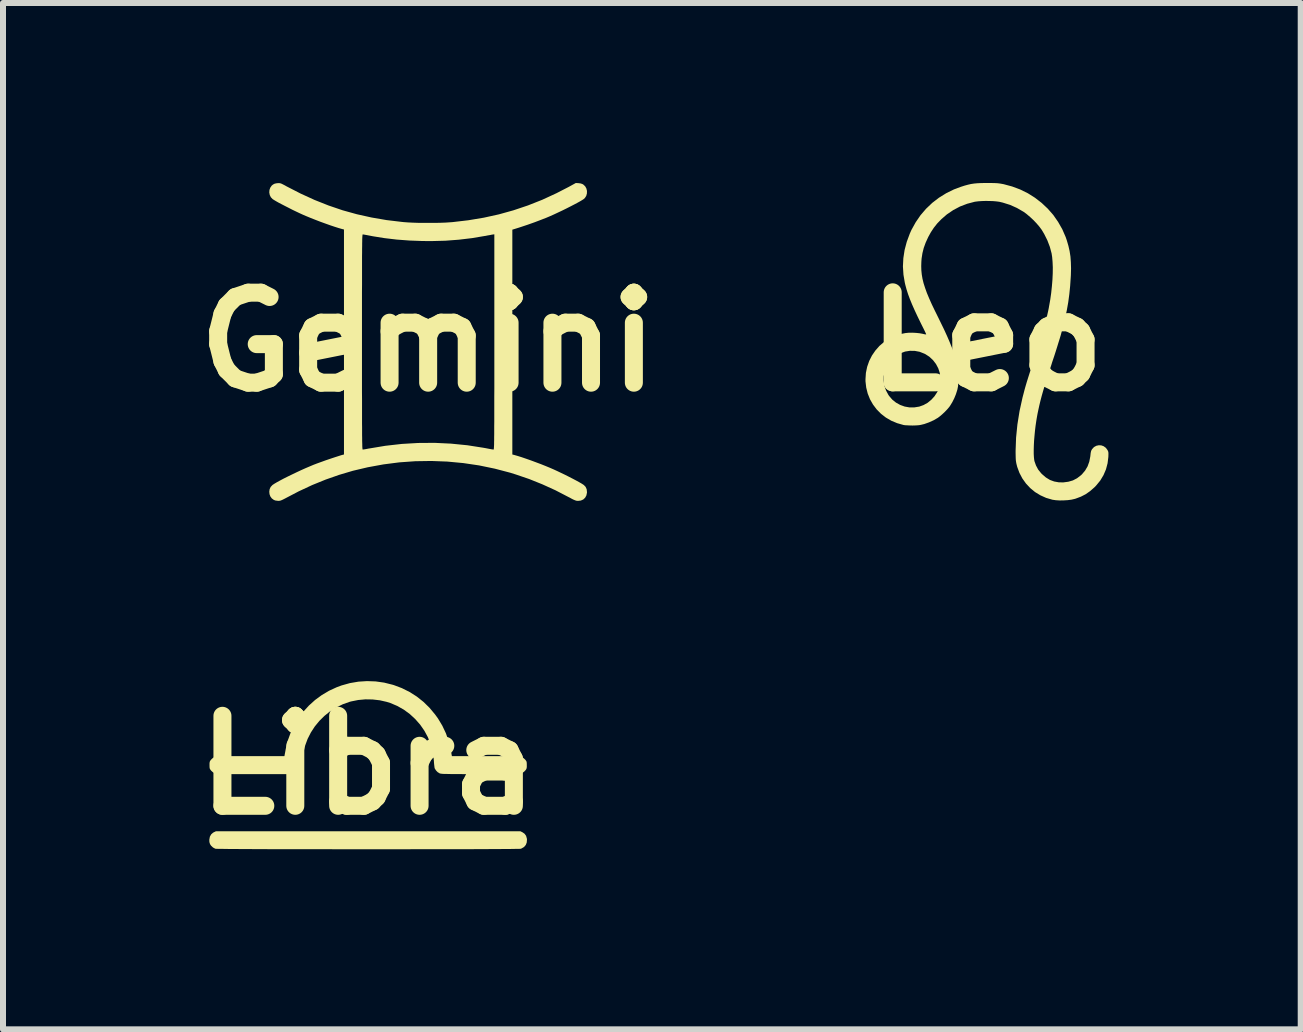
<source format=kicad_pcb>
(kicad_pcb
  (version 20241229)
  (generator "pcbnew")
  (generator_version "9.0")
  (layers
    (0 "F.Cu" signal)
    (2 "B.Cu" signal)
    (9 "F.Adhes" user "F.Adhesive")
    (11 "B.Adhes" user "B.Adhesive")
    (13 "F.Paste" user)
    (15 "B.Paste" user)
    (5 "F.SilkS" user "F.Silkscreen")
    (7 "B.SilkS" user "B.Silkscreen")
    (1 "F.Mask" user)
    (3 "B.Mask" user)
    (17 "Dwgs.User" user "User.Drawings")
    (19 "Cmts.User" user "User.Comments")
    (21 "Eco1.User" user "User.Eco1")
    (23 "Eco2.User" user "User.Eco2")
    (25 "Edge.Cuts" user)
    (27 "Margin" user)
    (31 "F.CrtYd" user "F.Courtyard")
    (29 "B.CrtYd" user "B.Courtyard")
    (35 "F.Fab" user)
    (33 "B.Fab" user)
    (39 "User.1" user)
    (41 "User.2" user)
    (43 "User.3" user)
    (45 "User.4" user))
  (footprint "Libra"
    (layer "F.Cu")
    (at 3.086 9.702)
    (property "Reference" "Libra" (at 0 0 0) (layer "F.SilkS") (effects (font (size 1.5 1.5) (thickness 0.3))))
    (attr board_only exclude_from_pos_files exclude_from_bom)
    (fp_poly (pts (xy 2.571 1.119) (xy 2.607 1.144) (xy 2.632 1.178) (xy 2.645 1.223) (xy 2.647 1.241) (xy 2.643 1.29) (xy 2.627 1.331) (xy 2.598 1.365) (xy 2.557 1.389) (xy 2.544 1.394) (xy 2.534 1.395) (xy 2.51 1.396) (xy 2.472 1.396) (xy 2.422 1.397) (xy 2.359 1.398) (xy 2.284 1.398) (xy 2.198 1.399) (xy 2.102 1.399) (xy 1.997 1.4) (xy 1.882 1.4) (xy 1.76 1.401) (xy 1.629 1.401) (xy 1.492 1.401) (xy 1.348 1.402) (xy 1.199 1.402) (xy 1.045 1.402) (xy 0.887 1.402) (xy 0.725 1.402) (xy 0.56 1.403) (xy 0.393 1.403) (xy 0.224 1.403) (xy 0.055 1.403) (xy -0.115 1.403) (xy -0.284 1.403) (xy -0.453 1.403) (xy -0.619 1.402) (xy -0.783 1.402) (xy -0.944 1.402) (xy -1.101 1.402) (xy -1.253 1.402) (xy -1.401 1.401) (xy -1.542 1.401) (xy -1.677 1.401) (xy -1.805 1.4) (xy -1.925 1.4) (xy -2.037 1.399) (xy -2.139 1.399) (xy -2.231 1.398) (xy -2.313 1.398) (xy -2.384 1.397) (xy -2.443 1.396) (xy -2.49 1.396) (xy -2.523 1.395) (xy -2.542 1.394) (xy -2.547 1.394) (xy -2.586 1.373) (xy -2.619 1.342) (xy -2.634 1.319) (xy -2.643 1.295) (xy -2.647 1.27) (xy -2.647 1.241) (xy -2.638 1.193) (xy -2.617 1.155) (xy -2.585 1.126) (xy -2.571 1.119) (xy -2.538 1.103) (xy 0 1.103) (xy 2.538 1.103)) (stroke (width 0) (type solid)) (fill yes) (layer "F.SilkS"))
    (fp_poly (pts (xy 0.124 -1.395) (xy 0.266 -1.375) (xy 0.406 -1.34) (xy 0.427 -1.334) (xy 0.562 -1.283) (xy 0.69 -1.219) (xy 0.81 -1.143) (xy 0.922 -1.054) (xy 1.024 -0.954) (xy 1.117 -0.842) (xy 1.164 -0.777) (xy 1.236 -0.657) (xy 1.296 -0.53) (xy 1.342 -0.4) (xy 1.373 -0.27) (xy 1.38 -0.234) (xy 1.386 -0.203) (xy 1.39 -0.179) (xy 1.392 -0.167) (xy 1.396 -0.15) (xy 1.964 -0.15) (xy 2.532 -0.15) (xy 2.565 -0.133) (xy 2.591 -0.116) (xy 2.615 -0.094) (xy 2.621 -0.087) (xy 2.633 -0.071) (xy 2.64 -0.057) (xy 2.643 -0.039) (xy 2.644 -0.012) (xy 2.644 0) (xy 2.644 0.031) (xy 2.641 0.051) (xy 2.636 0.066) (xy 2.626 0.081) (xy 2.621 0.087) (xy 2.6 0.109) (xy 2.573 0.129) (xy 2.565 0.133) (xy 2.532 0.15) (xy 1.876 0.15) (xy 1.761 0.15) (xy 1.66 0.15) (xy 1.573 0.15) (xy 1.498 0.149) (xy 1.433 0.149) (xy 1.379 0.149) (xy 1.334 0.148) (xy 1.298 0.147) (xy 1.268 0.147) (xy 1.245 0.146) (xy 1.227 0.144) (xy 1.214 0.143) (xy 1.204 0.141) (xy 1.196 0.139) (xy 1.19 0.137) (xy 1.189 0.136) (xy 1.158 0.117) (xy 1.131 0.089) (xy 1.112 0.059) (xy 1.109 0.054) (xy 1.106 0.04) (xy 1.103 0.015) (xy 1.099 -0.019) (xy 1.096 -0.057) (xy 1.096 -0.063) (xy 1.088 -0.144) (xy 1.077 -0.216) (xy 1.061 -0.283) (xy 1.042 -0.347) (xy 0.996 -0.464) (xy 0.937 -0.573) (xy 0.866 -0.675) (xy 0.784 -0.768) (xy 0.693 -0.852) (xy 0.593 -0.925) (xy 0.485 -0.986) (xy 0.37 -1.035) (xy 0.309 -1.054) (xy 0.195 -1.08) (xy 0.075 -1.094) (xy -0.046 -1.096) (xy -0.166 -1.085) (xy -0.281 -1.062) (xy -0.308 -1.055) (xy -0.423 -1.014) (xy -0.532 -0.96) (xy -0.635 -0.896) (xy -0.729 -0.82) (xy -0.814 -0.736) (xy -0.89 -0.643) (xy -0.955 -0.543) (xy -1.009 -0.437) (xy -1.05 -0.326) (xy -1.078 -0.211) (xy -1.087 -0.143) (xy -1.092 -0.101) (xy -1.096 -0.055) (xy -1.101 -0.013) (xy -1.101 -0.005) (xy -1.106 0.029) (xy -1.111 0.053) (xy -1.118 0.07) (xy -1.129 0.087) (xy -1.13 0.089) (xy -1.151 0.11) (xy -1.177 0.129) (xy -1.185 0.133) (xy -1.218 0.15) (xy -1.875 0.15) (xy -2.532 0.15) (xy -2.565 0.133) (xy -2.591 0.116) (xy -2.615 0.094) (xy -2.621 0.087) (xy -2.633 0.071) (xy -2.64 0.057) (xy -2.643 0.039) (xy -2.644 0.012) (xy -2.644 0) (xy -2.644 -0.031) (xy -2.641 -0.051) (xy -2.636 -0.066) (xy -2.626 -0.081) (xy -2.621 -0.087) (xy -2.6 -0.109) (xy -2.573 -0.129) (xy -2.565 -0.133) (xy -2.532 -0.15) (xy -1.964 -0.15) (xy -1.396 -0.15) (xy -1.392 -0.167) (xy -1.39 -0.181) (xy -1.385 -0.206) (xy -1.379 -0.238) (xy -1.374 -0.268) (xy -1.341 -0.404) (xy -1.294 -0.535) (xy -1.235 -0.66) (xy -1.164 -0.779) (xy -1.081 -0.89) (xy -0.988 -0.992) (xy -0.885 -1.085) (xy -0.772 -1.168) (xy -0.652 -1.239) (xy -0.524 -1.298) (xy -0.443 -1.328) (xy -0.303 -1.367) (xy -0.161 -1.391) (xy -0.019 -1.4)) (stroke (width 0) (type solid)) (fill yes) (layer "F.SilkS")))
  (footprint "Leo"
    (layer "F.Cu")
    (at 13.4 2.644)
    (property "Reference" "Leo" (at 0 0 0) (layer "F.SilkS") (effects (font (size 1.5 1.5) (thickness 0.3))))
    (attr board_only exclude_from_pos_files exclude_from_bom)
    (fp_poly (pts (xy 0.062 -2.644) (xy 0.108 -2.643) (xy 0.145 -2.642) (xy 0.176 -2.64) (xy 0.203 -2.637) (xy 0.229 -2.633) (xy 0.258 -2.628) (xy 0.278 -2.624) (xy 0.419 -2.586) (xy 0.553 -2.536) (xy 0.681 -2.473) (xy 0.8 -2.398) (xy 0.911 -2.312) (xy 1.013 -2.216) (xy 1.105 -2.111) (xy 1.185 -1.996) (xy 1.255 -1.873) (xy 1.312 -1.742) (xy 1.331 -1.686) (xy 1.357 -1.597) (xy 1.377 -1.509) (xy 1.391 -1.419) (xy 1.398 -1.324) (xy 1.401 -1.221) (xy 1.398 -1.108) (xy 1.396 -1.074) (xy 1.386 -0.927) (xy 1.372 -0.789) (xy 1.354 -0.655) (xy 1.33 -0.52) (xy 1.299 -0.379) (xy 1.283 -0.311) (xy 1.27 -0.259) (xy 1.257 -0.209) (xy 1.243 -0.158) (xy 1.229 -0.106) (xy 1.212 -0.05) (xy 1.193 0.011) (xy 1.172 0.079) (xy 1.148 0.156) (xy 1.12 0.243) (xy 1.087 0.341) (xy 1.073 0.386) (xy 1.032 0.512) (xy 0.996 0.625) (xy 0.964 0.727) (xy 0.936 0.82) (xy 0.912 0.905) (xy 0.891 0.985) (xy 0.873 1.06) (xy 0.857 1.133) (xy 0.842 1.204) (xy 0.829 1.277) (xy 0.822 1.32) (xy 0.81 1.401) (xy 0.8 1.484) (xy 0.792 1.568) (xy 0.785 1.65) (xy 0.781 1.729) (xy 0.779 1.803) (xy 0.779 1.869) (xy 0.782 1.925) (xy 0.787 1.97) (xy 0.791 1.992) (xy 0.817 2.065) (xy 0.853 2.132) (xy 0.903 2.194) (xy 0.918 2.209) (xy 0.982 2.264) (xy 1.049 2.305) (xy 1.12 2.331) (xy 1.198 2.345) (xy 1.272 2.346) (xy 1.356 2.335) (xy 1.432 2.313) (xy 1.501 2.277) (xy 1.566 2.227) (xy 1.583 2.211) (xy 1.636 2.148) (xy 1.677 2.078) (xy 1.705 2) (xy 1.722 1.913) (xy 1.724 1.895) (xy 1.728 1.858) (xy 1.733 1.833) (xy 1.739 1.814) (xy 1.749 1.797) (xy 1.752 1.791) (xy 1.784 1.757) (xy 1.822 1.736) (xy 1.863 1.727) (xy 1.905 1.729) (xy 1.944 1.743) (xy 1.98 1.769) (xy 2.008 1.806) (xy 2.009 1.808) (xy 2.017 1.824) (xy 2.022 1.839) (xy 2.024 1.857) (xy 2.024 1.88) (xy 2.023 1.915) (xy 2.023 1.92) (xy 2.01 2.027) (xy 1.983 2.129) (xy 1.942 2.225) (xy 1.888 2.315) (xy 1.82 2.398) (xy 1.792 2.427) (xy 1.719 2.491) (xy 1.645 2.543) (xy 1.565 2.584) (xy 1.477 2.617) (xy 1.459 2.622) (xy 1.407 2.634) (xy 1.345 2.642) (xy 1.278 2.646) (xy 1.21 2.647) (xy 1.146 2.643) (xy 1.091 2.635) (xy 1.088 2.634) (xy 0.985 2.604) (xy 0.89 2.561) (xy 0.801 2.507) (xy 0.721 2.441) (xy 0.65 2.365) (xy 0.59 2.281) (xy 0.541 2.188) (xy 0.504 2.088) (xy 0.49 2.033) (xy 0.485 2.006) (xy 0.481 1.978) (xy 0.479 1.945) (xy 0.478 1.905) (xy 0.477 1.854) (xy 0.477 1.815) (xy 0.485 1.599) (xy 0.507 1.38) (xy 0.543 1.156) (xy 0.593 0.929) (xy 0.607 0.876) (xy 0.618 0.834) (xy 0.628 0.795) (xy 0.639 0.756) (xy 0.651 0.715) (xy 0.664 0.671) (xy 0.679 0.623) (xy 0.696 0.569) (xy 0.716 0.506) (xy 0.739 0.435) (xy 0.766 0.352) (xy 0.796 0.261) (xy 0.833 0.146) (xy 0.866 0.044) (xy 0.894 -0.046) (xy 0.919 -0.128) (xy 0.941 -0.201) (xy 0.96 -0.268) (xy 0.977 -0.33) (xy 0.992 -0.389) (xy 1.005 -0.446) (xy 1.018 -0.503) (xy 1.03 -0.561) (xy 1.034 -0.585) (xy 1.054 -0.697) (xy 1.07 -0.81) (xy 1.082 -0.923) (xy 1.091 -1.033) (xy 1.096 -1.139) (xy 1.097 -1.239) (xy 1.093 -1.33) (xy 1.086 -1.411) (xy 1.077 -1.47) (xy 1.048 -1.579) (xy 1.006 -1.689) (xy 0.953 -1.795) (xy 0.911 -1.865) (xy 0.874 -1.915) (xy 0.828 -1.969) (xy 0.776 -2.024) (xy 0.72 -2.076) (xy 0.665 -2.123) (xy 0.614 -2.161) (xy 0.611 -2.163) (xy 0.499 -2.228) (xy 0.385 -2.279) (xy 0.264 -2.317) (xy 0.205 -2.331) (xy 0.16 -2.337) (xy 0.105 -2.342) (xy 0.042 -2.344) (xy -0.023 -2.345) (xy -0.086 -2.343) (xy -0.144 -2.339) (xy -0.193 -2.333) (xy -0.205 -2.331) (xy -0.33 -2.298) (xy -0.45 -2.252) (xy -0.563 -2.192) (xy -0.668 -2.121) (xy -0.76 -2.041) (xy -0.829 -1.97) (xy -0.886 -1.898) (xy -0.936 -1.822) (xy -0.979 -1.744) (xy -1.022 -1.65) (xy -1.054 -1.562) (xy -1.076 -1.474) (xy -1.09 -1.384) (xy -1.094 -1.328) (xy -1.096 -1.257) (xy -1.094 -1.188) (xy -1.087 -1.119) (xy -1.075 -1.048) (xy -1.057 -0.974) (xy -1.032 -0.896) (xy -1.002 -0.812) (xy -0.964 -0.721) (xy -0.919 -0.62) (xy -0.866 -0.51) (xy -0.836 -0.45) (xy -0.773 -0.321) (xy -0.716 -0.204) (xy -0.667 -0.097) (xy -0.625 -0.000028) (xy -0.589 0.089) (xy -0.558 0.171) (xy -0.533 0.248) (xy -0.514 0.32) (xy -0.499 0.388) (xy -0.488 0.454) (xy -0.481 0.519) (xy -0.478 0.584) (xy -0.478 0.623) (xy -0.478 0.671) (xy -0.48 0.708) (xy -0.482 0.739) (xy -0.487 0.767) (xy -0.493 0.797) (xy -0.498 0.814) (xy -0.518 0.877) (xy -0.545 0.943) (xy -0.577 1.007) (xy -0.611 1.063) (xy -0.628 1.088) (xy -0.662 1.128) (xy -0.704 1.172) (xy -0.748 1.213) (xy -0.791 1.249) (xy -0.819 1.27) (xy -0.89 1.311) (xy -0.968 1.346) (xy -1.047 1.374) (xy -1.061 1.377) (xy -1.097 1.386) (xy -1.129 1.392) (xy -1.162 1.395) (xy -1.201 1.397) (xy -1.241 1.398) (xy -1.286 1.397) (xy -1.329 1.395) (xy -1.366 1.393) (xy -1.392 1.389) (xy -1.497 1.359) (xy -1.595 1.318) (xy -1.686 1.265) (xy -1.767 1.202) (xy -1.839 1.129) (xy -1.9 1.048) (xy -1.95 0.96) (xy -1.988 0.865) (xy -2.013 0.765) (xy -2.025 0.66) (xy -2.025 0.658) (xy -1.723 0.658) (xy -1.71 0.737) (xy -1.683 0.814) (xy -1.643 0.888) (xy -1.632 0.904) (xy -1.579 0.966) (xy -1.517 1.016) (xy -1.447 1.055) (xy -1.372 1.082) (xy -1.293 1.096) (xy -1.211 1.096) (xy -1.129 1.083) (xy -1.057 1.057) (xy -0.989 1.019) (xy -0.928 0.969) (xy -0.875 0.911) (xy -0.832 0.845) (xy -0.8 0.773) (xy -0.792 0.744) (xy -0.785 0.705) (xy -0.781 0.658) (xy -0.78 0.608) (xy -0.782 0.561) (xy -0.787 0.522) (xy -0.812 0.445) (xy -0.85 0.373) (xy -0.9 0.308) (xy -0.96 0.252) (xy -1.028 0.208) (xy -1.045 0.2) (xy -1.124 0.169) (xy -1.204 0.154) (xy -1.285 0.153) (xy -1.363 0.165) (xy -1.439 0.192) (xy -1.511 0.232) (xy -1.576 0.285) (xy -1.583 0.292) (xy -1.638 0.357) (xy -1.679 0.427) (xy -1.707 0.502) (xy -1.722 0.58) (xy -1.723 0.658) (xy -2.025 0.658) (xy -2.025 0.626) (xy -2.018 0.52) (xy -1.997 0.419) (xy -1.963 0.322) (xy -1.917 0.231) (xy -1.86 0.148) (xy -1.793 0.072) (xy -1.716 0.006) (xy -1.631 -0.05) (xy -1.538 -0.094) (xy -1.438 -0.127) (xy -1.358 -0.143) (xy -1.306 -0.148) (xy -1.247 -0.149) (xy -1.185 -0.146) (xy -1.126 -0.14) (xy -1.075 -0.131) (xy -1.067 -0.129) (xy -1.041 -0.123) (xy -1.022 -0.12) (xy -1.013 -0.121) (xy -1.013 -0.121) (xy -1.016 -0.13) (xy -1.025 -0.149) (xy -1.039 -0.179) (xy -1.057 -0.216) (xy -1.079 -0.26) (xy -1.102 -0.306) (xy -1.158 -0.421) (xy -1.207 -0.526) (xy -1.249 -0.621) (xy -1.285 -0.709) (xy -1.315 -0.79) (xy -1.34 -0.868) (xy -1.36 -0.942) (xy -1.369 -0.979) (xy -1.392 -1.115) (xy -1.401 -1.253) (xy -1.394 -1.391) (xy -1.373 -1.528) (xy -1.337 -1.664) (xy -1.287 -1.799) (xy -1.258 -1.864) (xy -1.188 -1.99) (xy -1.107 -2.108) (xy -1.015 -2.215) (xy -0.912 -2.313) (xy -0.8 -2.399) (xy -0.679 -2.474) (xy -0.551 -2.537) (xy -0.436 -2.58) (xy -0.374 -2.6) (xy -0.319 -2.615) (xy -0.267 -2.627) (xy -0.214 -2.635) (xy -0.159 -2.64) (xy -0.096 -2.643) (xy -0.023 -2.644) (xy 0.004 -2.644)) (stroke (width 0) (type solid)) (fill yes) (layer "F.SilkS")))
  (footprint "Gemini"
    (layer "F.Cu")
    (at 4.086 2.65)
    (property "Reference" "Gemini" (at 0 0 0) (layer "F.SilkS") (effects (font (size 1.5 1.5) (thickness 0.3))))
    (attr board_only exclude_from_pos_files exclude_from_bom)
    (fp_poly (pts (xy 2.509 -2.647) (xy 2.544 -2.642) (xy 2.572 -2.632) (xy 2.586 -2.624) (xy 2.617 -2.595) (xy 2.637 -2.559) (xy 2.647 -2.518) (xy 2.646 -2.476) (xy 2.635 -2.436) (xy 2.613 -2.401) (xy 2.594 -2.383) (xy 2.568 -2.366) (xy 2.531 -2.344) (xy 2.484 -2.318) (xy 2.429 -2.289) (xy 2.367 -2.257) (xy 2.302 -2.224) (xy 2.235 -2.191) (xy 2.167 -2.159) (xy 2.101 -2.128) (xy 2.039 -2.1) (xy 1.982 -2.076) (xy 1.978 -2.074) (xy 1.878 -2.035) (xy 1.77 -1.994) (xy 1.66 -1.955) (xy 1.552 -1.919) (xy 1.506 -1.904) (xy 1.403 -1.872) (xy 1.403 0.001) (xy 1.403 1.875) (xy 1.435 1.883) (xy 1.491 1.899) (xy 1.558 1.92) (xy 1.634 1.946) (xy 1.714 1.974) (xy 1.797 2.005) (xy 1.88 2.036) (xy 1.96 2.068) (xy 2.03 2.097) (xy 2.09 2.123) (xy 2.153 2.152) (xy 2.22 2.184) (xy 2.287 2.216) (xy 2.352 2.249) (xy 2.414 2.281) (xy 2.471 2.311) (xy 2.52 2.338) (xy 2.56 2.361) (xy 2.589 2.38) (xy 2.594 2.383) (xy 2.624 2.414) (xy 2.642 2.454) (xy 2.647 2.501) (xy 2.647 2.51) (xy 2.637 2.558) (xy 2.616 2.596) (xy 2.585 2.625) (xy 2.544 2.643) (xy 2.498 2.648) (xy 2.482 2.647) (xy 2.467 2.645) (xy 2.45 2.639) (xy 2.428 2.63) (xy 2.399 2.616) (xy 2.361 2.595) (xy 2.341 2.585) (xy 2.121 2.471) (xy 1.903 2.372) (xy 1.684 2.284) (xy 1.461 2.208) (xy 1.369 2.179) (xy 1.11 2.111) (xy 0.849 2.057) (xy 0.585 2.018) (xy 0.319 1.993) (xy 0.053 1.983) (xy -0.214 1.987) (xy -0.48 2.006) (xy -0.745 2.04) (xy -1.007 2.088) (xy -1.253 2.146) (xy -1.482 2.214) (xy -1.708 2.293) (xy -1.932 2.384) (xy -2.157 2.489) (xy -2.356 2.593) (xy -2.396 2.614) (xy -2.426 2.629) (xy -2.449 2.639) (xy -2.467 2.645) (xy -2.483 2.647) (xy -2.499 2.648) (xy -2.546 2.642) (xy -2.572 2.632) (xy -2.606 2.607) (xy -2.63 2.574) (xy -2.644 2.536) (xy -2.648 2.494) (xy -2.642 2.453) (xy -2.625 2.416) (xy -2.596 2.385) (xy -2.594 2.383) (xy -2.564 2.363) (xy -2.522 2.338) (xy -2.469 2.309) (xy -2.409 2.277) (xy -2.341 2.243) (xy -2.269 2.208) (xy -2.194 2.172) (xy -2.117 2.136) (xy -2.041 2.102) (xy -1.968 2.071) (xy -1.899 2.042) (xy -1.892 2.04) (xy -1.859 2.027) (xy -1.815 2.011) (xy -1.765 1.993) (xy -1.71 1.973) (xy -1.654 1.954) (xy -1.598 1.935) (xy -1.546 1.918) (xy -1.499 1.903) (xy -1.462 1.891) (xy -1.436 1.883) (xy -1.435 1.883) (xy -1.403 1.875) (xy -1.403 0) (xy -1.403 -0.007) (xy -1.103 -0.007) (xy -1.103 0) (xy -1.103 0.194) (xy -1.103 0.373) (xy -1.103 0.538) (xy -1.103 0.691) (xy -1.103 0.83) (xy -1.102 0.957) (xy -1.102 1.072) (xy -1.102 1.177) (xy -1.102 1.27) (xy -1.102 1.354) (xy -1.101 1.429) (xy -1.101 1.494) (xy -1.101 1.551) (xy -1.1 1.601) (xy -1.1 1.643) (xy -1.099 1.679) (xy -1.098 1.708) (xy -1.098 1.732) (xy -1.097 1.751) (xy -1.096 1.766) (xy -1.095 1.777) (xy -1.094 1.784) (xy -1.093 1.789) (xy -1.092 1.792) (xy -1.09 1.793) (xy -1.09 1.793) (xy -1.077 1.791) (xy -1.054 1.788) (xy -1.022 1.782) (xy -0.986 1.775) (xy -0.983 1.775) (xy -0.713 1.73) (xy -0.44 1.699) (xy -0.166 1.683) (xy 0.108 1.681) (xy 0.381 1.694) (xy 0.653 1.721) (xy 0.922 1.763) (xy 0.961 1.77) (xy 1.002 1.778) (xy 1.038 1.785) (xy 1.067 1.79) (xy 1.085 1.792) (xy 1.09 1.793) (xy 1.092 1.792) (xy 1.093 1.789) (xy 1.094 1.784) (xy 1.095 1.776) (xy 1.096 1.764) (xy 1.097 1.748) (xy 1.098 1.728) (xy 1.099 1.702) (xy 1.099 1.67) (xy 1.1 1.632) (xy 1.1 1.588) (xy 1.101 1.535) (xy 1.101 1.475) (xy 1.101 1.406) (xy 1.102 1.328) (xy 1.102 1.241) (xy 1.102 1.143) (xy 1.102 1.034) (xy 1.102 0.914) (xy 1.103 0.782) (xy 1.103 0.638) (xy 1.103 0.481) (xy 1.103 0.31) (xy 1.103 0.125) (xy 1.103 -0.001) (xy 1.103 -1.795) (xy 1.075 -1.791) (xy 1.057 -1.788) (xy 1.028 -1.782) (xy 0.992 -1.776) (xy 0.953 -1.768) (xy 0.949 -1.768) (xy 0.73 -1.731) (xy 0.511 -1.705) (xy 0.287 -1.688) (xy 0.056 -1.682) (xy -0.094 -1.683) (xy -0.311 -1.691) (xy -0.523 -1.707) (xy -0.726 -1.731) (xy -0.92 -1.762) (xy -0.982 -1.774) (xy -1.018 -1.781) (xy -1.051 -1.787) (xy -1.075 -1.791) (xy -1.088 -1.793) (xy -1.089 -1.793) (xy -1.09 -1.793) (xy -1.092 -1.791) (xy -1.093 -1.788) (xy -1.094 -1.783) (xy -1.095 -1.776) (xy -1.096 -1.765) (xy -1.097 -1.75) (xy -1.098 -1.731) (xy -1.099 -1.707) (xy -1.099 -1.678) (xy -1.1 -1.642) (xy -1.1 -1.6) (xy -1.101 -1.551) (xy -1.101 -1.494) (xy -1.102 -1.429) (xy -1.102 -1.355) (xy -1.102 -1.272) (xy -1.102 -1.178) (xy -1.102 -1.075) (xy -1.102 -0.96) (xy -1.103 -0.833) (xy -1.103 -0.694) (xy -1.103 -0.543) (xy -1.103 -0.378) (xy -1.103 -0.2) (xy -1.103 -0.007) (xy -1.403 -0.007) (xy -1.403 -1.875) (xy -1.435 -1.883) (xy -1.491 -1.899) (xy -1.557 -1.92) (xy -1.632 -1.945) (xy -1.713 -1.974) (xy -1.796 -2.004) (xy -1.879 -2.036) (xy -1.96 -2.068) (xy -2.035 -2.099) (xy -2.082 -2.119) (xy -2.137 -2.144) (xy -2.196 -2.172) (xy -2.259 -2.202) (xy -2.321 -2.234) (xy -2.382 -2.265) (xy -2.44 -2.295) (xy -2.492 -2.322) (xy -2.536 -2.347) (xy -2.571 -2.368) (xy -2.594 -2.383) (xy -2.594 -2.383) (xy -2.622 -2.413) (xy -2.64 -2.45) (xy -2.648 -2.492) (xy -2.645 -2.534) (xy -2.631 -2.573) (xy -2.607 -2.607) (xy -2.586 -2.624) (xy -2.56 -2.638) (xy -2.529 -2.645) (xy -2.509 -2.647) (xy -2.49 -2.648) (xy -2.475 -2.647) (xy -2.46 -2.644) (xy -2.443 -2.638) (xy -2.421 -2.627) (xy -2.39 -2.611) (xy -2.358 -2.593) (xy -2.124 -2.473) (xy -1.892 -2.367) (xy -1.66 -2.275) (xy -1.425 -2.195) (xy -1.187 -2.129) (xy -0.944 -2.075) (xy -0.694 -2.032) (xy -0.435 -2.001) (xy -0.405 -1.998) (xy -0.338 -1.993) (xy -0.259 -1.989) (xy -0.172 -1.986) (xy -0.079 -1.985) (xy 0.017 -1.985) (xy 0.112 -1.985) (xy 0.204 -1.987) (xy 0.289 -1.99) (xy 0.363 -1.995) (xy 0.405 -1.998) (xy 0.67 -2.029) (xy 0.928 -2.072) (xy 1.178 -2.127) (xy 1.422 -2.195) (xy 1.663 -2.276) (xy 1.901 -2.37) (xy 2.137 -2.479) (xy 2.343 -2.585) (xy 2.461 -2.65)) (stroke (width 0) (type solid)) (fill yes) (layer "F.SilkS")))
  (gr_rect
    (start -3 -3)
    (end 18.629 14.106)
    (stroke (width 0.1) (type default))
    (fill no)
    (layer "Edge.Cuts")))
</source>
